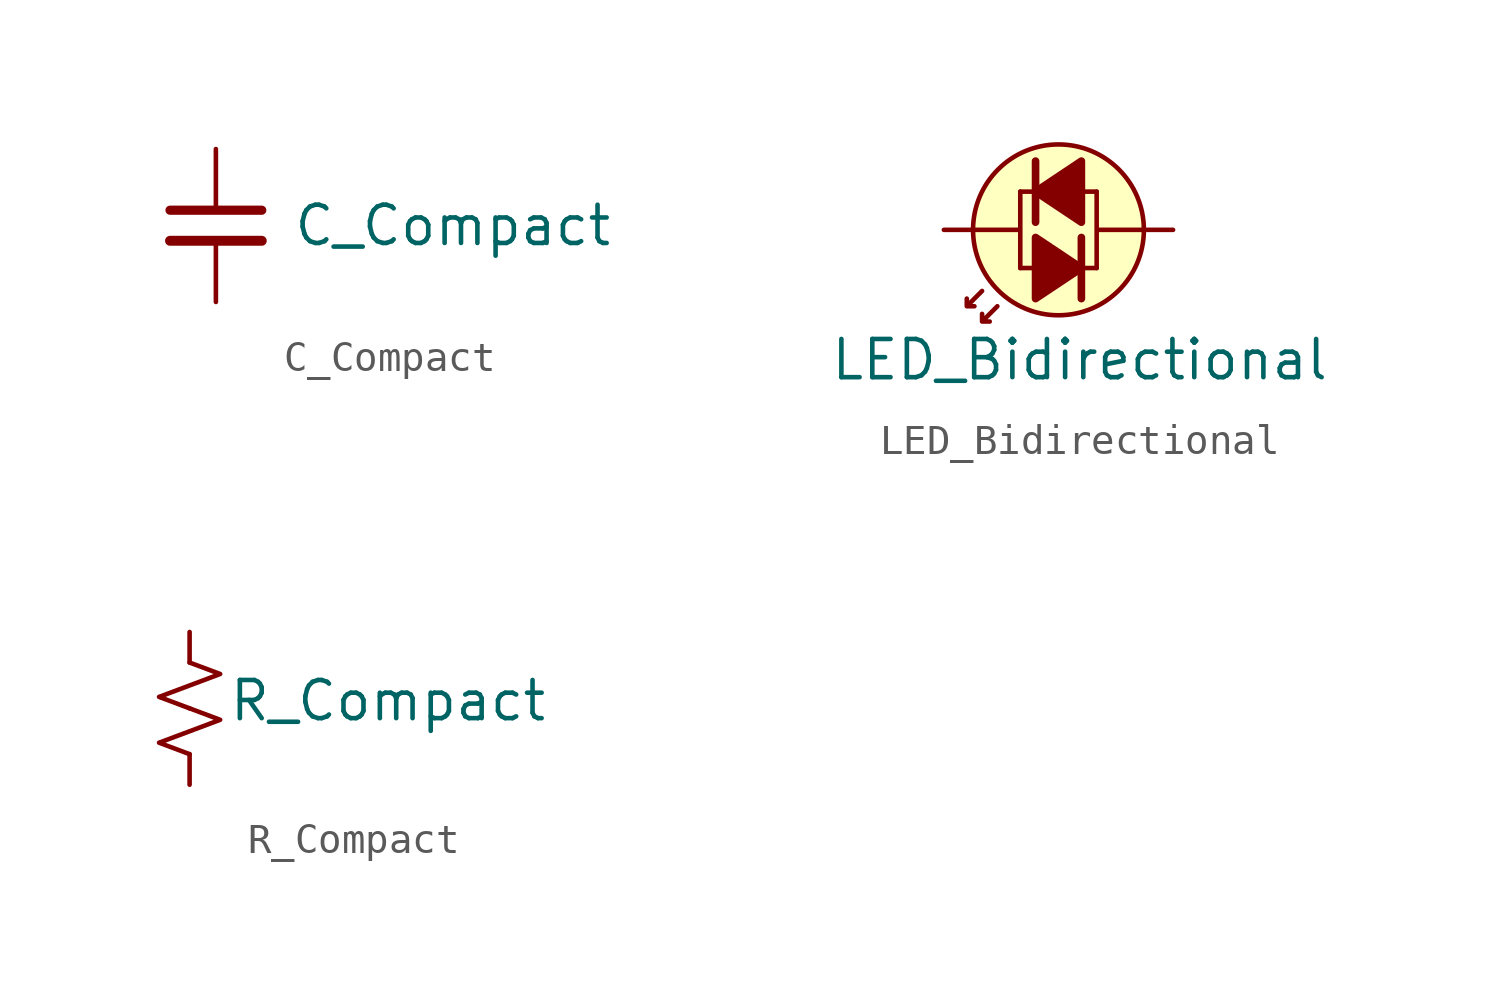
<source format=kicad_sym>
(kicad_symbol_lib
  (version 20241209)
  (generator "kicad_symbol_editor")
  (generator_version "9.0")
  (symbol "C_Compact"
    (pin_numbers
      (hide yes))
    (pin_names
      (offset 0.254)
      (hide yes))
    (property "Reference" "C"
      (at 0.254 1.778 0)
      (do_not_autoplace)
      (effects (font (size 1.27 1.27)) (justify left) (hide yes)))
    (property "Value" "C_Compact"
      (at 2.54 0 0)
      (effects (font (size 1.27 1.27)) (justify left)))
    (symbol "C_Compact_0_1"
      (polyline (pts (xy -1.524 0.508) (xy 1.524 0.508)) (stroke (width 0.305) (type default)) (fill (type none)))
      (polyline (pts (xy -1.524 -0.508) (xy 1.524 -0.508)) (stroke (width 0.33) (type default)) (fill (type none))))
    (symbol "C_Compact_1_1"
      (pin passive line (at 0 2.54 270) (length 2.032) (name "~" (effects (font (size 1.27 1.27)))) (number "1" (effects (font (size 1.27 1.27)))))
      (pin passive line (at 0 -2.54 90) (length 2.032) (name "~" (effects (font (size 1.27 1.27)))) (number "2" (effects (font (size 1.27 1.27)))))))
  (symbol "LED_Bidirectional"
    (pin_numbers
      (hide yes))
    (pin_names
      (offset 0.254)
      (hide yes))
    (property "Reference" "LED"
      (at -2.286 3.048 0)
      (effects (font (size 1.27 1.27)) (justify left) (hide yes)))
    (property "Value" "LED_Bidirectional"
      (at -7.62 -5.588 0)
      (effects (font (size 1.27 1.27)) (justify left)))
    (symbol "LED_Bidirectional_0_1"
      (polyline (pts (xy -2.54 -3.302) (xy -3.048 -3.81) (xy -2.794 -3.81) (xy -3.048 -3.81) (xy -3.048 -3.556)) (stroke (width 0) (type default)) (fill (type none)))
      (polyline (pts (xy -2.032 -3.81) (xy -2.54 -4.318) (xy -2.286 -4.318) (xy -2.54 -4.318) (xy -2.54 -4.064)) (stroke (width 0) (type default)) (fill (type none)))
      (polyline (pts (xy -1.27 0) (xy 1.27 0)) (stroke (width 0) (type default)) (fill (type none)))
      (polyline (pts (xy -0.762 -1.016) (xy -0.762 1.016)) (stroke (width 0.254) (type default)) (fill (type none)))
      (polyline (pts (xy 0.762 -1.524) (xy 0.762 -3.556)) (stroke (width 0.254) (type default)) (fill (type none)))
      (polyline (pts (xy 1.27 -2.54) (xy -1.27 -2.54)) (stroke (width 0) (type default)) (fill (type none))))
    (symbol "LED_Bidirectional_1_1"
      (polyline (pts (xy -1.27 0) (xy -1.27 -2.54)) (stroke (width 0) (type default)) (fill (type none)))
      (polyline (pts (xy -0.762 -1.524) (xy 0.762 -2.54) (xy -0.762 -3.556) (xy -0.762 -1.524)) (stroke (width 0.254) (type solid)) (fill (type outline)))
      (circle (center 0 -1.27) (radius 2.84) (stroke (width 0) (type default)) (fill (type background)))
      (polyline (pts (xy 0.762 -1.016) (xy -0.762 0) (xy 0.762 1.016) (xy 0.762 -1.016)) (stroke (width 0.254) (type solid)) (fill (type outline)))
      (polyline (pts (xy 1.27 0) (xy 1.27 -2.54)) (stroke (width 0) (type default)) (fill (type none)))
      (pin passive line (at -3.81 -1.27 0) (length 2.5) (name "" (effects (font (size 1.27 1.27)))) (number "1" (effects (font (size 1.27 1.27)))))
      (pin passive line (at 3.81 -1.27 180) (length 2.5) (name "" (effects (font (size 1.27 1.27)))) (number "2" (effects (font (size 1.27 1.27)))))))
  (symbol "R_Compact"
    (pin_numbers
      (hide yes))
    (pin_names
      (offset 0.254)
      (hide yes))
    (property "Reference" "R"
      (at 0.762 0.508 0)
      (do_not_autoplace)
      (effects (font (size 1.27 1.27)) (justify left) (hide yes)))
    (property "Value" "R_Compact"
      (at 1.27 0.254 0)
      (do_not_autoplace)
      (effects (font (size 1.27 1.27)) (justify left)))
    (symbol "R_Compact_1_1"
      (polyline (pts (xy 0 1.524) (xy 1.016 1.143) (xy 0 0.762) (xy -1.016 0.381) (xy 0 0)) (stroke (width 0) (type default)) (fill (type none)))
      (polyline (pts (xy 0 0) (xy 1.016 -0.381) (xy 0 -0.762) (xy -1.016 -1.143) (xy 0 -1.524)) (stroke (width 0) (type default)) (fill (type none)))
      (pin passive line (at 0 2.54 270) (length 1.016) (name "~" (effects (font (size 1.27 1.27)))) (number "1" (effects (font (size 1.27 1.27)))))
      (pin passive line (at 0 -2.54 90) (length 1.016) (name "~" (effects (font (size 1.27 1.27)))) (number "2" (effects (font (size 1.27 1.27))))))))
</source>
